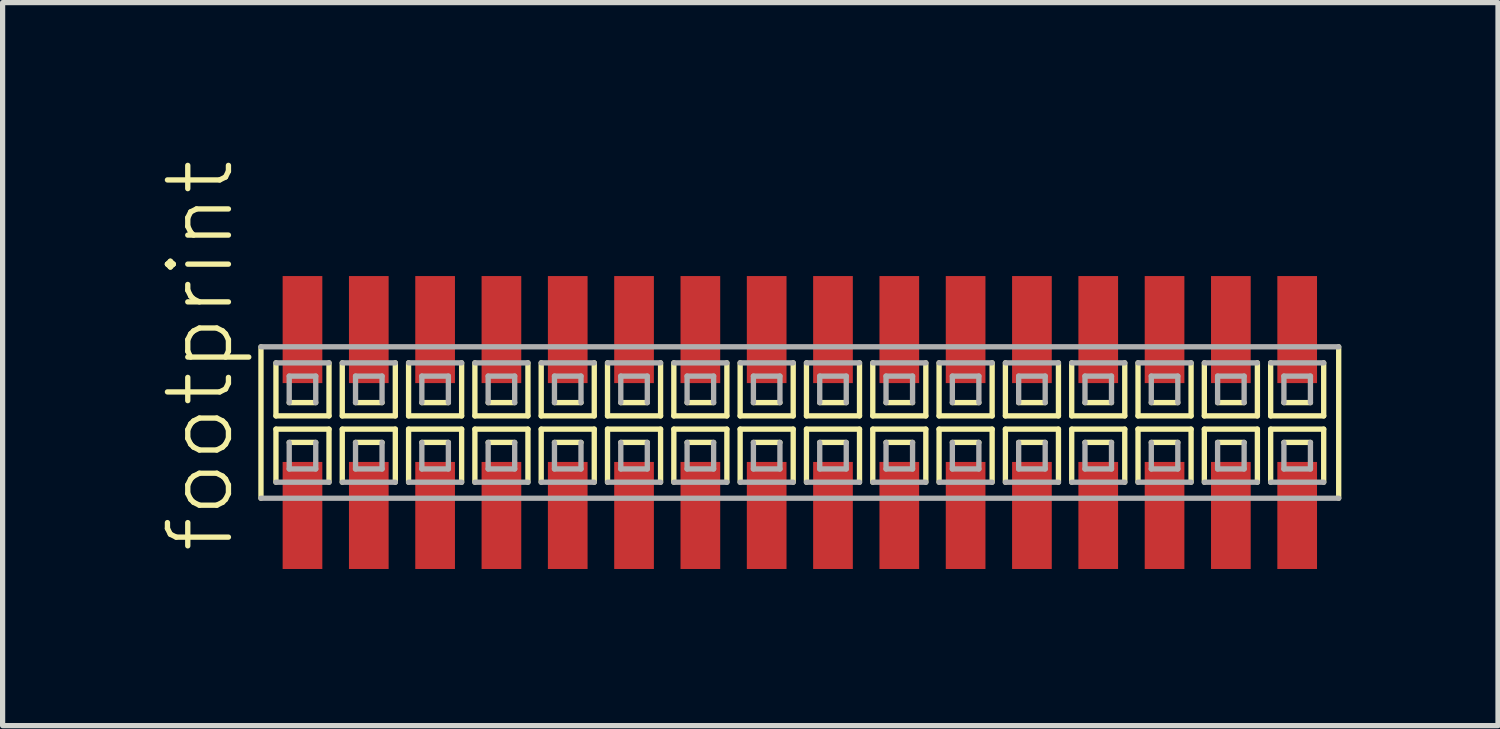
<source format=kicad_pcb>
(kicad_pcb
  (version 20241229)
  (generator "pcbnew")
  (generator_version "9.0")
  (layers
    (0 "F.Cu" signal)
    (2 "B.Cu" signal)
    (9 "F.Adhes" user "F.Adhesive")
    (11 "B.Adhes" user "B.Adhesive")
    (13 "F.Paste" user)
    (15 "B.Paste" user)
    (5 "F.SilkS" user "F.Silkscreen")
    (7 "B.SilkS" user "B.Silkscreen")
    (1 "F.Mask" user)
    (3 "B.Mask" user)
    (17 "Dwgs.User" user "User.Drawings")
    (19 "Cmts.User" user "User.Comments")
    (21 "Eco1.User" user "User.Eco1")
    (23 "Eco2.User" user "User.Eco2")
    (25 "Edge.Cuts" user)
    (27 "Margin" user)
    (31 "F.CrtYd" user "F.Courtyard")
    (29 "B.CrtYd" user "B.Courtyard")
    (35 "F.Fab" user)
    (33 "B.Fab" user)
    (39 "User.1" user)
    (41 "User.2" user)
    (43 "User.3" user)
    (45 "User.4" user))
  (footprint "footprint"
    (layer "F.Cu")
    (at 12.268 5.042)
    (property "Reference" "footprint" (at -10.795 2.54 90) (layer "F.SilkS") (effects (font (size 1.168 1.168) (thickness 0.102)) (justify left bottom)))
    (fp_line (start -10.32 -1.45) (end -10.32 1.45) (stroke (width 0.102) (type solid)) (layer "F.SilkS"))
    (fp_line (start -10.033 -1.143) (end -10.033 -0.127) (stroke (width 0.102) (type solid)) (layer "F.SilkS"))
    (fp_line (start -10.033 -0.127) (end -9.017 -0.127) (stroke (width 0.102) (type solid)) (layer "F.SilkS"))
    (fp_line (start -10.033 0.127) (end -10.033 1.143) (stroke (width 0.102) (type solid)) (layer "F.SilkS"))
    (fp_line (start -9.779 -0.381) (end -9.271 -0.381) (stroke (width 0.102) (type solid)) (layer "F.SilkS"))
    (fp_line (start -9.271 0.381) (end -9.779 0.381) (stroke (width 0.102) (type solid)) (layer "F.SilkS"))
    (fp_line (start -9.017 -0.127) (end -9.017 -1.143) (stroke (width 0.102) (type solid)) (layer "F.SilkS"))
    (fp_line (start -9.017 0.127) (end -10.033 0.127) (stroke (width 0.102) (type solid)) (layer "F.SilkS"))
    (fp_line (start -9.017 1.143) (end -9.017 0.127) (stroke (width 0.102) (type solid)) (layer "F.SilkS"))
    (fp_line (start -8.763 -1.143) (end -8.763 -0.127) (stroke (width 0.102) (type solid)) (layer "F.SilkS"))
    (fp_line (start -8.763 -0.127) (end -7.747 -0.127) (stroke (width 0.102) (type solid)) (layer "F.SilkS"))
    (fp_line (start -8.763 0.127) (end -8.763 1.143) (stroke (width 0.102) (type solid)) (layer "F.SilkS"))
    (fp_line (start -8.509 -0.381) (end -8.001 -0.381) (stroke (width 0.102) (type solid)) (layer "F.SilkS"))
    (fp_line (start -8.001 0.381) (end -8.509 0.381) (stroke (width 0.102) (type solid)) (layer "F.SilkS"))
    (fp_line (start -7.747 -0.127) (end -7.747 -1.143) (stroke (width 0.102) (type solid)) (layer "F.SilkS"))
    (fp_line (start -7.747 0.127) (end -8.763 0.127) (stroke (width 0.102) (type solid)) (layer "F.SilkS"))
    (fp_line (start -7.747 1.143) (end -7.747 0.127) (stroke (width 0.102) (type solid)) (layer "F.SilkS"))
    (fp_line (start -7.493 -1.143) (end -7.493 -0.127) (stroke (width 0.102) (type solid)) (layer "F.SilkS"))
    (fp_line (start -7.493 -0.127) (end -6.477 -0.127) (stroke (width 0.102) (type solid)) (layer "F.SilkS"))
    (fp_line (start -7.493 0.127) (end -7.493 1.143) (stroke (width 0.102) (type solid)) (layer "F.SilkS"))
    (fp_line (start -7.239 -0.381) (end -6.731 -0.381) (stroke (width 0.102) (type solid)) (layer "F.SilkS"))
    (fp_line (start -6.731 0.381) (end -7.239 0.381) (stroke (width 0.102) (type solid)) (layer "F.SilkS"))
    (fp_line (start -6.477 -0.127) (end -6.477 -1.143) (stroke (width 0.102) (type solid)) (layer "F.SilkS"))
    (fp_line (start -6.477 0.127) (end -7.493 0.127) (stroke (width 0.102) (type solid)) (layer "F.SilkS"))
    (fp_line (start -6.477 1.143) (end -6.477 0.127) (stroke (width 0.102) (type solid)) (layer "F.SilkS"))
    (fp_line (start -6.223 -1.143) (end -6.223 -0.127) (stroke (width 0.102) (type solid)) (layer "F.SilkS"))
    (fp_line (start -6.223 -0.127) (end -5.207 -0.127) (stroke (width 0.102) (type solid)) (layer "F.SilkS"))
    (fp_line (start -6.223 0.127) (end -6.223 1.143) (stroke (width 0.102) (type solid)) (layer "F.SilkS"))
    (fp_line (start -5.969 -0.381) (end -5.461 -0.381) (stroke (width 0.102) (type solid)) (layer "F.SilkS"))
    (fp_line (start -5.461 0.381) (end -5.969 0.381) (stroke (width 0.102) (type solid)) (layer "F.SilkS"))
    (fp_line (start -5.207 -0.127) (end -5.207 -1.143) (stroke (width 0.102) (type solid)) (layer "F.SilkS"))
    (fp_line (start -5.207 0.127) (end -6.223 0.127) (stroke (width 0.102) (type solid)) (layer "F.SilkS"))
    (fp_line (start -5.207 1.143) (end -5.207 0.127) (stroke (width 0.102) (type solid)) (layer "F.SilkS"))
    (fp_line (start -4.953 -1.143) (end -4.953 -0.127) (stroke (width 0.102) (type solid)) (layer "F.SilkS"))
    (fp_line (start -4.953 -0.127) (end -3.937 -0.127) (stroke (width 0.102) (type solid)) (layer "F.SilkS"))
    (fp_line (start -4.953 0.127) (end -4.953 1.143) (stroke (width 0.102) (type solid)) (layer "F.SilkS"))
    (fp_line (start -4.699 -0.381) (end -4.191 -0.381) (stroke (width 0.102) (type solid)) (layer "F.SilkS"))
    (fp_line (start -4.191 0.381) (end -4.699 0.381) (stroke (width 0.102) (type solid)) (layer "F.SilkS"))
    (fp_line (start -3.937 -0.127) (end -3.937 -1.143) (stroke (width 0.102) (type solid)) (layer "F.SilkS"))
    (fp_line (start -3.937 0.127) (end -4.953 0.127) (stroke (width 0.102) (type solid)) (layer "F.SilkS"))
    (fp_line (start -3.937 1.143) (end -3.937 0.127) (stroke (width 0.102) (type solid)) (layer "F.SilkS"))
    (fp_line (start -3.683 -1.143) (end -3.683 -0.127) (stroke (width 0.102) (type solid)) (layer "F.SilkS"))
    (fp_line (start -3.683 -0.127) (end -2.667 -0.127) (stroke (width 0.102) (type solid)) (layer "F.SilkS"))
    (fp_line (start -3.683 0.127) (end -3.683 1.143) (stroke (width 0.102) (type solid)) (layer "F.SilkS"))
    (fp_line (start -3.429 -0.381) (end -2.921 -0.381) (stroke (width 0.102) (type solid)) (layer "F.SilkS"))
    (fp_line (start -2.921 0.381) (end -3.429 0.381) (stroke (width 0.102) (type solid)) (layer "F.SilkS"))
    (fp_line (start -2.667 -0.127) (end -2.667 -1.143) (stroke (width 0.102) (type solid)) (layer "F.SilkS"))
    (fp_line (start -2.667 0.127) (end -3.683 0.127) (stroke (width 0.102) (type solid)) (layer "F.SilkS"))
    (fp_line (start -2.667 1.143) (end -2.667 0.127) (stroke (width 0.102) (type solid)) (layer "F.SilkS"))
    (fp_line (start -2.413 -1.143) (end -2.413 -0.127) (stroke (width 0.102) (type solid)) (layer "F.SilkS"))
    (fp_line (start -2.413 -0.127) (end -1.397 -0.127) (stroke (width 0.102) (type solid)) (layer "F.SilkS"))
    (fp_line (start -2.413 0.127) (end -2.413 1.143) (stroke (width 0.102) (type solid)) (layer "F.SilkS"))
    (fp_line (start -2.159 -0.381) (end -1.651 -0.381) (stroke (width 0.102) (type solid)) (layer "F.SilkS"))
    (fp_line (start -1.651 0.381) (end -2.159 0.381) (stroke (width 0.102) (type solid)) (layer "F.SilkS"))
    (fp_line (start -1.397 -0.127) (end -1.397 -1.143) (stroke (width 0.102) (type solid)) (layer "F.SilkS"))
    (fp_line (start -1.397 0.127) (end -2.413 0.127) (stroke (width 0.102) (type solid)) (layer "F.SilkS"))
    (fp_line (start -1.397 1.143) (end -1.397 0.127) (stroke (width 0.102) (type solid)) (layer "F.SilkS"))
    (fp_line (start -1.143 -1.143) (end -1.143 -0.127) (stroke (width 0.102) (type solid)) (layer "F.SilkS"))
    (fp_line (start -1.143 -0.127) (end -0.127 -0.127) (stroke (width 0.102) (type solid)) (layer "F.SilkS"))
    (fp_line (start -1.143 0.127) (end -1.143 1.143) (stroke (width 0.102) (type solid)) (layer "F.SilkS"))
    (fp_line (start -0.889 -0.381) (end -0.381 -0.381) (stroke (width 0.102) (type solid)) (layer "F.SilkS"))
    (fp_line (start -0.381 0.381) (end -0.889 0.381) (stroke (width 0.102) (type solid)) (layer "F.SilkS"))
    (fp_line (start -0.127 -0.127) (end -0.127 -1.143) (stroke (width 0.102) (type solid)) (layer "F.SilkS"))
    (fp_line (start -0.127 0.127) (end -1.143 0.127) (stroke (width 0.102) (type solid)) (layer "F.SilkS"))
    (fp_line (start -0.127 1.143) (end -0.127 0.127) (stroke (width 0.102) (type solid)) (layer "F.SilkS"))
    (fp_line (start 0.127 -1.143) (end 0.127 -0.127) (stroke (width 0.102) (type solid)) (layer "F.SilkS"))
    (fp_line (start 0.127 -0.127) (end 1.143 -0.127) (stroke (width 0.102) (type solid)) (layer "F.SilkS"))
    (fp_line (start 0.127 0.127) (end 0.127 1.143) (stroke (width 0.102) (type solid)) (layer "F.SilkS"))
    (fp_line (start 0.381 -0.381) (end 0.889 -0.381) (stroke (width 0.102) (type solid)) (layer "F.SilkS"))
    (fp_line (start 0.889 0.381) (end 0.381 0.381) (stroke (width 0.102) (type solid)) (layer "F.SilkS"))
    (fp_line (start 1.143 -0.127) (end 1.143 -1.143) (stroke (width 0.102) (type solid)) (layer "F.SilkS"))
    (fp_line (start 1.143 0.127) (end 0.127 0.127) (stroke (width 0.102) (type solid)) (layer "F.SilkS"))
    (fp_line (start 1.143 1.143) (end 1.143 0.127) (stroke (width 0.102) (type solid)) (layer "F.SilkS"))
    (fp_line (start 1.397 -1.143) (end 1.397 -0.127) (stroke (width 0.102) (type solid)) (layer "F.SilkS"))
    (fp_line (start 1.397 -0.127) (end 2.413 -0.127) (stroke (width 0.102) (type solid)) (layer "F.SilkS"))
    (fp_line (start 1.397 0.127) (end 1.397 1.143) (stroke (width 0.102) (type solid)) (layer "F.SilkS"))
    (fp_line (start 1.651 -0.381) (end 2.159 -0.381) (stroke (width 0.102) (type solid)) (layer "F.SilkS"))
    (fp_line (start 2.159 0.381) (end 1.651 0.381) (stroke (width 0.102) (type solid)) (layer "F.SilkS"))
    (fp_line (start 2.413 -0.127) (end 2.413 -1.143) (stroke (width 0.102) (type solid)) (layer "F.SilkS"))
    (fp_line (start 2.413 0.127) (end 1.397 0.127) (stroke (width 0.102) (type solid)) (layer "F.SilkS"))
    (fp_line (start 2.413 1.143) (end 2.413 0.127) (stroke (width 0.102) (type solid)) (layer "F.SilkS"))
    (fp_line (start 2.667 -1.143) (end 2.667 -0.127) (stroke (width 0.102) (type solid)) (layer "F.SilkS"))
    (fp_line (start 2.667 -0.127) (end 3.683 -0.127) (stroke (width 0.102) (type solid)) (layer "F.SilkS"))
    (fp_line (start 2.667 0.127) (end 2.667 1.143) (stroke (width 0.102) (type solid)) (layer "F.SilkS"))
    (fp_line (start 2.921 -0.381) (end 3.429 -0.381) (stroke (width 0.102) (type solid)) (layer "F.SilkS"))
    (fp_line (start 3.429 0.381) (end 2.921 0.381) (stroke (width 0.102) (type solid)) (layer "F.SilkS"))
    (fp_line (start 3.683 -0.127) (end 3.683 -1.143) (stroke (width 0.102) (type solid)) (layer "F.SilkS"))
    (fp_line (start 3.683 0.127) (end 2.667 0.127) (stroke (width 0.102) (type solid)) (layer "F.SilkS"))
    (fp_line (start 3.683 1.143) (end 3.683 0.127) (stroke (width 0.102) (type solid)) (layer "F.SilkS"))
    (fp_line (start 3.937 -1.143) (end 3.937 -0.127) (stroke (width 0.102) (type solid)) (layer "F.SilkS"))
    (fp_line (start 3.937 -0.127) (end 4.953 -0.127) (stroke (width 0.102) (type solid)) (layer "F.SilkS"))
    (fp_line (start 3.937 0.127) (end 3.937 1.143) (stroke (width 0.102) (type solid)) (layer "F.SilkS"))
    (fp_line (start 4.191 -0.381) (end 4.699 -0.381) (stroke (width 0.102) (type solid)) (layer "F.SilkS"))
    (fp_line (start 4.699 0.381) (end 4.191 0.381) (stroke (width 0.102) (type solid)) (layer "F.SilkS"))
    (fp_line (start 4.953 -0.127) (end 4.953 -1.143) (stroke (width 0.102) (type solid)) (layer "F.SilkS"))
    (fp_line (start 4.953 0.127) (end 3.937 0.127) (stroke (width 0.102) (type solid)) (layer "F.SilkS"))
    (fp_line (start 4.953 1.143) (end 4.953 0.127) (stroke (width 0.102) (type solid)) (layer "F.SilkS"))
    (fp_line (start 5.207 -1.143) (end 5.207 -0.127) (stroke (width 0.102) (type solid)) (layer "F.SilkS"))
    (fp_line (start 5.207 -0.127) (end 6.223 -0.127) (stroke (width 0.102) (type solid)) (layer "F.SilkS"))
    (fp_line (start 5.207 0.127) (end 5.207 1.143) (stroke (width 0.102) (type solid)) (layer "F.SilkS"))
    (fp_line (start 5.461 -0.381) (end 5.969 -0.381) (stroke (width 0.102) (type solid)) (layer "F.SilkS"))
    (fp_line (start 5.969 0.381) (end 5.461 0.381) (stroke (width 0.102) (type solid)) (layer "F.SilkS"))
    (fp_line (start 6.223 -0.127) (end 6.223 -1.143) (stroke (width 0.102) (type solid)) (layer "F.SilkS"))
    (fp_line (start 6.223 0.127) (end 5.207 0.127) (stroke (width 0.102) (type solid)) (layer "F.SilkS"))
    (fp_line (start 6.223 1.143) (end 6.223 0.127) (stroke (width 0.102) (type solid)) (layer "F.SilkS"))
    (fp_line (start 6.477 -1.143) (end 6.477 -0.127) (stroke (width 0.102) (type solid)) (layer "F.SilkS"))
    (fp_line (start 6.477 -0.127) (end 7.493 -0.127) (stroke (width 0.102) (type solid)) (layer "F.SilkS"))
    (fp_line (start 6.477 0.127) (end 6.477 1.143) (stroke (width 0.102) (type solid)) (layer "F.SilkS"))
    (fp_line (start 6.731 -0.381) (end 7.239 -0.381) (stroke (width 0.102) (type solid)) (layer "F.SilkS"))
    (fp_line (start 7.239 0.381) (end 6.731 0.381) (stroke (width 0.102) (type solid)) (layer "F.SilkS"))
    (fp_line (start 7.493 -0.127) (end 7.493 -1.143) (stroke (width 0.102) (type solid)) (layer "F.SilkS"))
    (fp_line (start 7.493 0.127) (end 6.477 0.127) (stroke (width 0.102) (type solid)) (layer "F.SilkS"))
    (fp_line (start 7.493 1.143) (end 7.493 0.127) (stroke (width 0.102) (type solid)) (layer "F.SilkS"))
    (fp_line (start 7.747 -1.143) (end 7.747 -0.127) (stroke (width 0.102) (type solid)) (layer "F.SilkS"))
    (fp_line (start 7.747 -0.127) (end 8.763 -0.127) (stroke (width 0.102) (type solid)) (layer "F.SilkS"))
    (fp_line (start 7.747 0.127) (end 7.747 1.143) (stroke (width 0.102) (type solid)) (layer "F.SilkS"))
    (fp_line (start 8.001 -0.381) (end 8.509 -0.381) (stroke (width 0.102) (type solid)) (layer "F.SilkS"))
    (fp_line (start 8.509 0.381) (end 8.001 0.381) (stroke (width 0.102) (type solid)) (layer "F.SilkS"))
    (fp_line (start 8.763 -0.127) (end 8.763 -1.143) (stroke (width 0.102) (type solid)) (layer "F.SilkS"))
    (fp_line (start 8.763 0.127) (end 7.747 0.127) (stroke (width 0.102) (type solid)) (layer "F.SilkS"))
    (fp_line (start 8.763 1.143) (end 8.763 0.127) (stroke (width 0.102) (type solid)) (layer "F.SilkS"))
    (fp_line (start 9.017 -1.143) (end 9.017 -0.127) (stroke (width 0.102) (type solid)) (layer "F.SilkS"))
    (fp_line (start 9.017 -0.127) (end 10.033 -0.127) (stroke (width 0.102) (type solid)) (layer "F.SilkS"))
    (fp_line (start 9.017 0.127) (end 9.017 1.143) (stroke (width 0.102) (type solid)) (layer "F.SilkS"))
    (fp_line (start 9.271 -0.381) (end 9.779 -0.381) (stroke (width 0.102) (type solid)) (layer "F.SilkS"))
    (fp_line (start 9.779 0.381) (end 9.271 0.381) (stroke (width 0.102) (type solid)) (layer "F.SilkS"))
    (fp_line (start 10.033 -0.127) (end 10.033 -1.143) (stroke (width 0.102) (type solid)) (layer "F.SilkS"))
    (fp_line (start 10.033 0.127) (end 9.017 0.127) (stroke (width 0.102) (type solid)) (layer "F.SilkS"))
    (fp_line (start 10.033 1.143) (end 10.033 0.127) (stroke (width 0.102) (type solid)) (layer "F.SilkS"))
    (fp_line (start 10.32 1.45) (end 10.32 -1.45) (stroke (width 0.102) (type solid)) (layer "F.SilkS"))
    (fp_line (start -10.32 1.45) (end 10.32 1.45) (stroke (width 0.102) (type solid)) (layer "F.Fab"))
    (fp_line (start -10.033 1.143) (end -9.017 1.143) (stroke (width 0.102) (type solid)) (layer "F.Fab"))
    (fp_line (start -9.779 -0.889) (end -9.779 -0.381) (stroke (width 0.102) (type solid)) (layer "F.Fab"))
    (fp_line (start -9.779 0.381) (end -9.779 0.889) (stroke (width 0.102) (type solid)) (layer "F.Fab"))
    (fp_line (start -9.779 0.889) (end -9.271 0.889) (stroke (width 0.102) (type solid)) (layer "F.Fab"))
    (fp_line (start -9.271 -0.889) (end -9.779 -0.889) (stroke (width 0.102) (type solid)) (layer "F.Fab"))
    (fp_line (start -9.271 -0.381) (end -9.271 -0.889) (stroke (width 0.102) (type solid)) (layer "F.Fab"))
    (fp_line (start -9.271 0.889) (end -9.271 0.381) (stroke (width 0.102) (type solid)) (layer "F.Fab"))
    (fp_line (start -9.017 -1.143) (end -10.033 -1.143) (stroke (width 0.102) (type solid)) (layer "F.Fab"))
    (fp_line (start -8.763 1.143) (end -7.747 1.143) (stroke (width 0.102) (type solid)) (layer "F.Fab"))
    (fp_line (start -8.509 -0.889) (end -8.509 -0.381) (stroke (width 0.102) (type solid)) (layer "F.Fab"))
    (fp_line (start -8.509 0.381) (end -8.509 0.889) (stroke (width 0.102) (type solid)) (layer "F.Fab"))
    (fp_line (start -8.509 0.889) (end -8.001 0.889) (stroke (width 0.102) (type solid)) (layer "F.Fab"))
    (fp_line (start -8.001 -0.889) (end -8.509 -0.889) (stroke (width 0.102) (type solid)) (layer "F.Fab"))
    (fp_line (start -8.001 -0.381) (end -8.001 -0.889) (stroke (width 0.102) (type solid)) (layer "F.Fab"))
    (fp_line (start -8.001 0.889) (end -8.001 0.381) (stroke (width 0.102) (type solid)) (layer "F.Fab"))
    (fp_line (start -7.747 -1.143) (end -8.763 -1.143) (stroke (width 0.102) (type solid)) (layer "F.Fab"))
    (fp_line (start -7.493 1.143) (end -6.477 1.143) (stroke (width 0.102) (type solid)) (layer "F.Fab"))
    (fp_line (start -7.239 -0.889) (end -7.239 -0.381) (stroke (width 0.102) (type solid)) (layer "F.Fab"))
    (fp_line (start -7.239 0.381) (end -7.239 0.889) (stroke (width 0.102) (type solid)) (layer "F.Fab"))
    (fp_line (start -7.239 0.889) (end -6.731 0.889) (stroke (width 0.102) (type solid)) (layer "F.Fab"))
    (fp_line (start -6.731 -0.889) (end -7.239 -0.889) (stroke (width 0.102) (type solid)) (layer "F.Fab"))
    (fp_line (start -6.731 -0.381) (end -6.731 -0.889) (stroke (width 0.102) (type solid)) (layer "F.Fab"))
    (fp_line (start -6.731 0.889) (end -6.731 0.381) (stroke (width 0.102) (type solid)) (layer "F.Fab"))
    (fp_line (start -6.477 -1.143) (end -7.493 -1.143) (stroke (width 0.102) (type solid)) (layer "F.Fab"))
    (fp_line (start -6.223 1.143) (end -5.207 1.143) (stroke (width 0.102) (type solid)) (layer "F.Fab"))
    (fp_line (start -5.969 -0.889) (end -5.969 -0.381) (stroke (width 0.102) (type solid)) (layer "F.Fab"))
    (fp_line (start -5.969 0.381) (end -5.969 0.889) (stroke (width 0.102) (type solid)) (layer "F.Fab"))
    (fp_line (start -5.969 0.889) (end -5.461 0.889) (stroke (width 0.102) (type solid)) (layer "F.Fab"))
    (fp_line (start -5.461 -0.889) (end -5.969 -0.889) (stroke (width 0.102) (type solid)) (layer "F.Fab"))
    (fp_line (start -5.461 -0.381) (end -5.461 -0.889) (stroke (width 0.102) (type solid)) (layer "F.Fab"))
    (fp_line (start -5.461 0.889) (end -5.461 0.381) (stroke (width 0.102) (type solid)) (layer "F.Fab"))
    (fp_line (start -5.207 -1.143) (end -6.223 -1.143) (stroke (width 0.102) (type solid)) (layer "F.Fab"))
    (fp_line (start -4.953 1.143) (end -3.937 1.143) (stroke (width 0.102) (type solid)) (layer "F.Fab"))
    (fp_line (start -4.699 -0.889) (end -4.699 -0.381) (stroke (width 0.102) (type solid)) (layer "F.Fab"))
    (fp_line (start -4.699 0.381) (end -4.699 0.889) (stroke (width 0.102) (type solid)) (layer "F.Fab"))
    (fp_line (start -4.699 0.889) (end -4.191 0.889) (stroke (width 0.102) (type solid)) (layer "F.Fab"))
    (fp_line (start -4.191 -0.889) (end -4.699 -0.889) (stroke (width 0.102) (type solid)) (layer "F.Fab"))
    (fp_line (start -4.191 -0.381) (end -4.191 -0.889) (stroke (width 0.102) (type solid)) (layer "F.Fab"))
    (fp_line (start -4.191 0.889) (end -4.191 0.381) (stroke (width 0.102) (type solid)) (layer "F.Fab"))
    (fp_line (start -3.937 -1.143) (end -4.953 -1.143) (stroke (width 0.102) (type solid)) (layer "F.Fab"))
    (fp_line (start -3.683 1.143) (end -2.667 1.143) (stroke (width 0.102) (type solid)) (layer "F.Fab"))
    (fp_line (start -3.429 -0.889) (end -3.429 -0.381) (stroke (width 0.102) (type solid)) (layer "F.Fab"))
    (fp_line (start -3.429 0.381) (end -3.429 0.889) (stroke (width 0.102) (type solid)) (layer "F.Fab"))
    (fp_line (start -3.429 0.889) (end -2.921 0.889) (stroke (width 0.102) (type solid)) (layer "F.Fab"))
    (fp_line (start -2.921 -0.889) (end -3.429 -0.889) (stroke (width 0.102) (type solid)) (layer "F.Fab"))
    (fp_line (start -2.921 -0.381) (end -2.921 -0.889) (stroke (width 0.102) (type solid)) (layer "F.Fab"))
    (fp_line (start -2.921 0.889) (end -2.921 0.381) (stroke (width 0.102) (type solid)) (layer "F.Fab"))
    (fp_line (start -2.667 -1.143) (end -3.683 -1.143) (stroke (width 0.102) (type solid)) (layer "F.Fab"))
    (fp_line (start -2.413 1.143) (end -1.397 1.143) (stroke (width 0.102) (type solid)) (layer "F.Fab"))
    (fp_line (start -2.159 -0.889) (end -2.159 -0.381) (stroke (width 0.102) (type solid)) (layer "F.Fab"))
    (fp_line (start -2.159 0.381) (end -2.159 0.889) (stroke (width 0.102) (type solid)) (layer "F.Fab"))
    (fp_line (start -2.159 0.889) (end -1.651 0.889) (stroke (width 0.102) (type solid)) (layer "F.Fab"))
    (fp_line (start -1.651 -0.889) (end -2.159 -0.889) (stroke (width 0.102) (type solid)) (layer "F.Fab"))
    (fp_line (start -1.651 -0.381) (end -1.651 -0.889) (stroke (width 0.102) (type solid)) (layer "F.Fab"))
    (fp_line (start -1.651 0.889) (end -1.651 0.381) (stroke (width 0.102) (type solid)) (layer "F.Fab"))
    (fp_line (start -1.397 -1.143) (end -2.413 -1.143) (stroke (width 0.102) (type solid)) (layer "F.Fab"))
    (fp_line (start -1.143 1.143) (end -0.127 1.143) (stroke (width 0.102) (type solid)) (layer "F.Fab"))
    (fp_line (start -0.889 -0.889) (end -0.889 -0.381) (stroke (width 0.102) (type solid)) (layer "F.Fab"))
    (fp_line (start -0.889 0.381) (end -0.889 0.889) (stroke (width 0.102) (type solid)) (layer "F.Fab"))
    (fp_line (start -0.889 0.889) (end -0.381 0.889) (stroke (width 0.102) (type solid)) (layer "F.Fab"))
    (fp_line (start -0.381 -0.889) (end -0.889 -0.889) (stroke (width 0.102) (type solid)) (layer "F.Fab"))
    (fp_line (start -0.381 -0.381) (end -0.381 -0.889) (stroke (width 0.102) (type solid)) (layer "F.Fab"))
    (fp_line (start -0.381 0.889) (end -0.381 0.381) (stroke (width 0.102) (type solid)) (layer "F.Fab"))
    (fp_line (start -0.127 -1.143) (end -1.143 -1.143) (stroke (width 0.102) (type solid)) (layer "F.Fab"))
    (fp_line (start 0.127 1.143) (end 1.143 1.143) (stroke (width 0.102) (type solid)) (layer "F.Fab"))
    (fp_line (start 0.381 -0.889) (end 0.381 -0.381) (stroke (width 0.102) (type solid)) (layer "F.Fab"))
    (fp_line (start 0.381 0.381) (end 0.381 0.889) (stroke (width 0.102) (type solid)) (layer "F.Fab"))
    (fp_line (start 0.381 0.889) (end 0.889 0.889) (stroke (width 0.102) (type solid)) (layer "F.Fab"))
    (fp_line (start 0.889 -0.889) (end 0.381 -0.889) (stroke (width 0.102) (type solid)) (layer "F.Fab"))
    (fp_line (start 0.889 -0.381) (end 0.889 -0.889) (stroke (width 0.102) (type solid)) (layer "F.Fab"))
    (fp_line (start 0.889 0.889) (end 0.889 0.381) (stroke (width 0.102) (type solid)) (layer "F.Fab"))
    (fp_line (start 1.143 -1.143) (end 0.127 -1.143) (stroke (width 0.102) (type solid)) (layer "F.Fab"))
    (fp_line (start 1.397 1.143) (end 2.413 1.143) (stroke (width 0.102) (type solid)) (layer "F.Fab"))
    (fp_line (start 1.651 -0.889) (end 1.651 -0.381) (stroke (width 0.102) (type solid)) (layer "F.Fab"))
    (fp_line (start 1.651 0.381) (end 1.651 0.889) (stroke (width 0.102) (type solid)) (layer "F.Fab"))
    (fp_line (start 1.651 0.889) (end 2.159 0.889) (stroke (width 0.102) (type solid)) (layer "F.Fab"))
    (fp_line (start 2.159 -0.889) (end 1.651 -0.889) (stroke (width 0.102) (type solid)) (layer "F.Fab"))
    (fp_line (start 2.159 -0.381) (end 2.159 -0.889) (stroke (width 0.102) (type solid)) (layer "F.Fab"))
    (fp_line (start 2.159 0.889) (end 2.159 0.381) (stroke (width 0.102) (type solid)) (layer "F.Fab"))
    (fp_line (start 2.413 -1.143) (end 1.397 -1.143) (stroke (width 0.102) (type solid)) (layer "F.Fab"))
    (fp_line (start 2.667 1.143) (end 3.683 1.143) (stroke (width 0.102) (type solid)) (layer "F.Fab"))
    (fp_line (start 2.921 -0.889) (end 2.921 -0.381) (stroke (width 0.102) (type solid)) (layer "F.Fab"))
    (fp_line (start 2.921 0.381) (end 2.921 0.889) (stroke (width 0.102) (type solid)) (layer "F.Fab"))
    (fp_line (start 2.921 0.889) (end 3.429 0.889) (stroke (width 0.102) (type solid)) (layer "F.Fab"))
    (fp_line (start 3.429 -0.889) (end 2.921 -0.889) (stroke (width 0.102) (type solid)) (layer "F.Fab"))
    (fp_line (start 3.429 -0.381) (end 3.429 -0.889) (stroke (width 0.102) (type solid)) (layer "F.Fab"))
    (fp_line (start 3.429 0.889) (end 3.429 0.381) (stroke (width 0.102) (type solid)) (layer "F.Fab"))
    (fp_line (start 3.683 -1.143) (end 2.667 -1.143) (stroke (width 0.102) (type solid)) (layer "F.Fab"))
    (fp_line (start 3.937 1.143) (end 4.953 1.143) (stroke (width 0.102) (type solid)) (layer "F.Fab"))
    (fp_line (start 4.191 -0.889) (end 4.191 -0.381) (stroke (width 0.102) (type solid)) (layer "F.Fab"))
    (fp_line (start 4.191 0.381) (end 4.191 0.889) (stroke (width 0.102) (type solid)) (layer "F.Fab"))
    (fp_line (start 4.191 0.889) (end 4.699 0.889) (stroke (width 0.102) (type solid)) (layer "F.Fab"))
    (fp_line (start 4.699 -0.889) (end 4.191 -0.889) (stroke (width 0.102) (type solid)) (layer "F.Fab"))
    (fp_line (start 4.699 -0.381) (end 4.699 -0.889) (stroke (width 0.102) (type solid)) (layer "F.Fab"))
    (fp_line (start 4.699 0.889) (end 4.699 0.381) (stroke (width 0.102) (type solid)) (layer "F.Fab"))
    (fp_line (start 4.953 -1.143) (end 3.937 -1.143) (stroke (width 0.102) (type solid)) (layer "F.Fab"))
    (fp_line (start 5.207 1.143) (end 6.223 1.143) (stroke (width 0.102) (type solid)) (layer "F.Fab"))
    (fp_line (start 5.461 -0.889) (end 5.461 -0.381) (stroke (width 0.102) (type solid)) (layer "F.Fab"))
    (fp_line (start 5.461 0.381) (end 5.461 0.889) (stroke (width 0.102) (type solid)) (layer "F.Fab"))
    (fp_line (start 5.461 0.889) (end 5.969 0.889) (stroke (width 0.102) (type solid)) (layer "F.Fab"))
    (fp_line (start 5.969 -0.889) (end 5.461 -0.889) (stroke (width 0.102) (type solid)) (layer "F.Fab"))
    (fp_line (start 5.969 -0.381) (end 5.969 -0.889) (stroke (width 0.102) (type solid)) (layer "F.Fab"))
    (fp_line (start 5.969 0.889) (end 5.969 0.381) (stroke (width 0.102) (type solid)) (layer "F.Fab"))
    (fp_line (start 6.223 -1.143) (end 5.207 -1.143) (stroke (width 0.102) (type solid)) (layer "F.Fab"))
    (fp_line (start 6.477 1.143) (end 7.493 1.143) (stroke (width 0.102) (type solid)) (layer "F.Fab"))
    (fp_line (start 6.731 -0.889) (end 6.731 -0.381) (stroke (width 0.102) (type solid)) (layer "F.Fab"))
    (fp_line (start 6.731 0.381) (end 6.731 0.889) (stroke (width 0.102) (type solid)) (layer "F.Fab"))
    (fp_line (start 6.731 0.889) (end 7.239 0.889) (stroke (width 0.102) (type solid)) (layer "F.Fab"))
    (fp_line (start 7.239 -0.889) (end 6.731 -0.889) (stroke (width 0.102) (type solid)) (layer "F.Fab"))
    (fp_line (start 7.239 -0.381) (end 7.239 -0.889) (stroke (width 0.102) (type solid)) (layer "F.Fab"))
    (fp_line (start 7.239 0.889) (end 7.239 0.381) (stroke (width 0.102) (type solid)) (layer "F.Fab"))
    (fp_line (start 7.493 -1.143) (end 6.477 -1.143) (stroke (width 0.102) (type solid)) (layer "F.Fab"))
    (fp_line (start 7.747 1.143) (end 8.763 1.143) (stroke (width 0.102) (type solid)) (layer "F.Fab"))
    (fp_line (start 8.001 -0.889) (end 8.001 -0.381) (stroke (width 0.102) (type solid)) (layer "F.Fab"))
    (fp_line (start 8.001 0.381) (end 8.001 0.889) (stroke (width 0.102) (type solid)) (layer "F.Fab"))
    (fp_line (start 8.001 0.889) (end 8.509 0.889) (stroke (width 0.102) (type solid)) (layer "F.Fab"))
    (fp_line (start 8.509 -0.889) (end 8.001 -0.889) (stroke (width 0.102) (type solid)) (layer "F.Fab"))
    (fp_line (start 8.509 -0.381) (end 8.509 -0.889) (stroke (width 0.102) (type solid)) (layer "F.Fab"))
    (fp_line (start 8.509 0.889) (end 8.509 0.381) (stroke (width 0.102) (type solid)) (layer "F.Fab"))
    (fp_line (start 8.763 -1.143) (end 7.747 -1.143) (stroke (width 0.102) (type solid)) (layer "F.Fab"))
    (fp_line (start 9.017 1.143) (end 10.033 1.143) (stroke (width 0.102) (type solid)) (layer "F.Fab"))
    (fp_line (start 9.271 -0.889) (end 9.271 -0.381) (stroke (width 0.102) (type solid)) (layer "F.Fab"))
    (fp_line (start 9.271 0.381) (end 9.271 0.889) (stroke (width 0.102) (type solid)) (layer "F.Fab"))
    (fp_line (start 9.271 0.889) (end 9.779 0.889) (stroke (width 0.102) (type solid)) (layer "F.Fab"))
    (fp_line (start 9.779 -0.889) (end 9.271 -0.889) (stroke (width 0.102) (type solid)) (layer "F.Fab"))
    (fp_line (start 9.779 -0.381) (end 9.779 -0.889) (stroke (width 0.102) (type solid)) (layer "F.Fab"))
    (fp_line (start 9.779 0.889) (end 9.779 0.381) (stroke (width 0.102) (type solid)) (layer "F.Fab"))
    (fp_line (start 10.033 -1.143) (end 9.017 -1.143) (stroke (width 0.102) (type solid)) (layer "F.Fab"))
    (fp_line (start 10.32 -1.45) (end -10.32 -1.45) (stroke (width 0.102) (type solid)) (layer "F.Fab"))
    (pad "1" smd rect (at -9.525 1.78) (size 0.76 2.05) (layers "F.Cu" "F.Mask" "F.Paste"))
    (pad "2" smd rect (at -9.525 -1.78) (size 0.76 2.05) (layers "F.Cu" "F.Mask" "F.Paste"))
    (pad "3" smd rect (at -8.255 1.78) (size 0.76 2.05) (layers "F.Cu" "F.Mask" "F.Paste"))
    (pad "4" smd rect (at -8.255 -1.78) (size 0.76 2.05) (layers "F.Cu" "F.Mask" "F.Paste"))
    (pad "5" smd rect (at -6.985 1.78) (size 0.76 2.05) (layers "F.Cu" "F.Mask" "F.Paste"))
    (pad "6" smd rect (at -6.985 -1.78) (size 0.76 2.05) (layers "F.Cu" "F.Mask" "F.Paste"))
    (pad "7" smd rect (at -5.715 1.78) (size 0.76 2.05) (layers "F.Cu" "F.Mask" "F.Paste"))
    (pad "8" smd rect (at -5.715 -1.78) (size 0.76 2.05) (layers "F.Cu" "F.Mask" "F.Paste"))
    (pad "9" smd rect (at -4.445 1.78) (size 0.76 2.05) (layers "F.Cu" "F.Mask" "F.Paste"))
    (pad "10" smd rect (at -4.445 -1.78) (size 0.76 2.05) (layers "F.Cu" "F.Mask" "F.Paste"))
    (pad "11" smd rect (at -3.175 1.78) (size 0.76 2.05) (layers "F.Cu" "F.Mask" "F.Paste"))
    (pad "12" smd rect (at -3.175 -1.78) (size 0.76 2.05) (layers "F.Cu" "F.Mask" "F.Paste"))
    (pad "13" smd rect (at -1.905 1.78) (size 0.76 2.05) (layers "F.Cu" "F.Mask" "F.Paste"))
    (pad "14" smd rect (at -1.905 -1.78) (size 0.76 2.05) (layers "F.Cu" "F.Mask" "F.Paste"))
    (pad "15" smd rect (at -0.635 1.78) (size 0.76 2.05) (layers "F.Cu" "F.Mask" "F.Paste"))
    (pad "16" smd rect (at -0.635 -1.78) (size 0.76 2.05) (layers "F.Cu" "F.Mask" "F.Paste"))
    (pad "17" smd rect (at 0.635 1.78) (size 0.76 2.05) (layers "F.Cu" "F.Mask" "F.Paste"))
    (pad "18" smd rect (at 0.635 -1.78) (size 0.76 2.05) (layers "F.Cu" "F.Mask" "F.Paste"))
    (pad "19" smd rect (at 1.905 1.78) (size 0.76 2.05) (layers "F.Cu" "F.Mask" "F.Paste"))
    (pad "20" smd rect (at 1.905 -1.78) (size 0.76 2.05) (layers "F.Cu" "F.Mask" "F.Paste"))
    (pad "21" smd rect (at 3.175 1.78) (size 0.76 2.05) (layers "F.Cu" "F.Mask" "F.Paste"))
    (pad "22" smd rect (at 3.175 -1.78) (size 0.76 2.05) (layers "F.Cu" "F.Mask" "F.Paste"))
    (pad "23" smd rect (at 4.445 1.78) (size 0.76 2.05) (layers "F.Cu" "F.Mask" "F.Paste"))
    (pad "24" smd rect (at 4.445 -1.78) (size 0.76 2.05) (layers "F.Cu" "F.Mask" "F.Paste"))
    (pad "25" smd rect (at 5.715 1.78) (size 0.76 2.05) (layers "F.Cu" "F.Mask" "F.Paste"))
    (pad "26" smd rect (at 5.715 -1.78) (size 0.76 2.05) (layers "F.Cu" "F.Mask" "F.Paste"))
    (pad "27" smd rect (at 6.985 1.78) (size 0.76 2.05) (layers "F.Cu" "F.Mask" "F.Paste"))
    (pad "28" smd rect (at 6.985 -1.78) (size 0.76 2.05) (layers "F.Cu" "F.Mask" "F.Paste"))
    (pad "29" smd rect (at 8.255 1.78) (size 0.76 2.05) (layers "F.Cu" "F.Mask" "F.Paste"))
    (pad "30" smd rect (at 8.255 -1.78) (size 0.76 2.05) (layers "F.Cu" "F.Mask" "F.Paste"))
    (pad "31" smd rect (at 9.525 1.78) (size 0.76 2.05) (layers "F.Cu" "F.Mask" "F.Paste"))
    (pad "32" smd rect (at 9.525 -1.78) (size 0.76 2.05) (layers "F.Cu" "F.Mask" "F.Paste")))
  (gr_rect
    (start -3 -3)
    (end 25.639 10.847)
    (stroke (width 0.1) (type default))
    (fill no)
    (layer "Edge.Cuts")))
</source>
